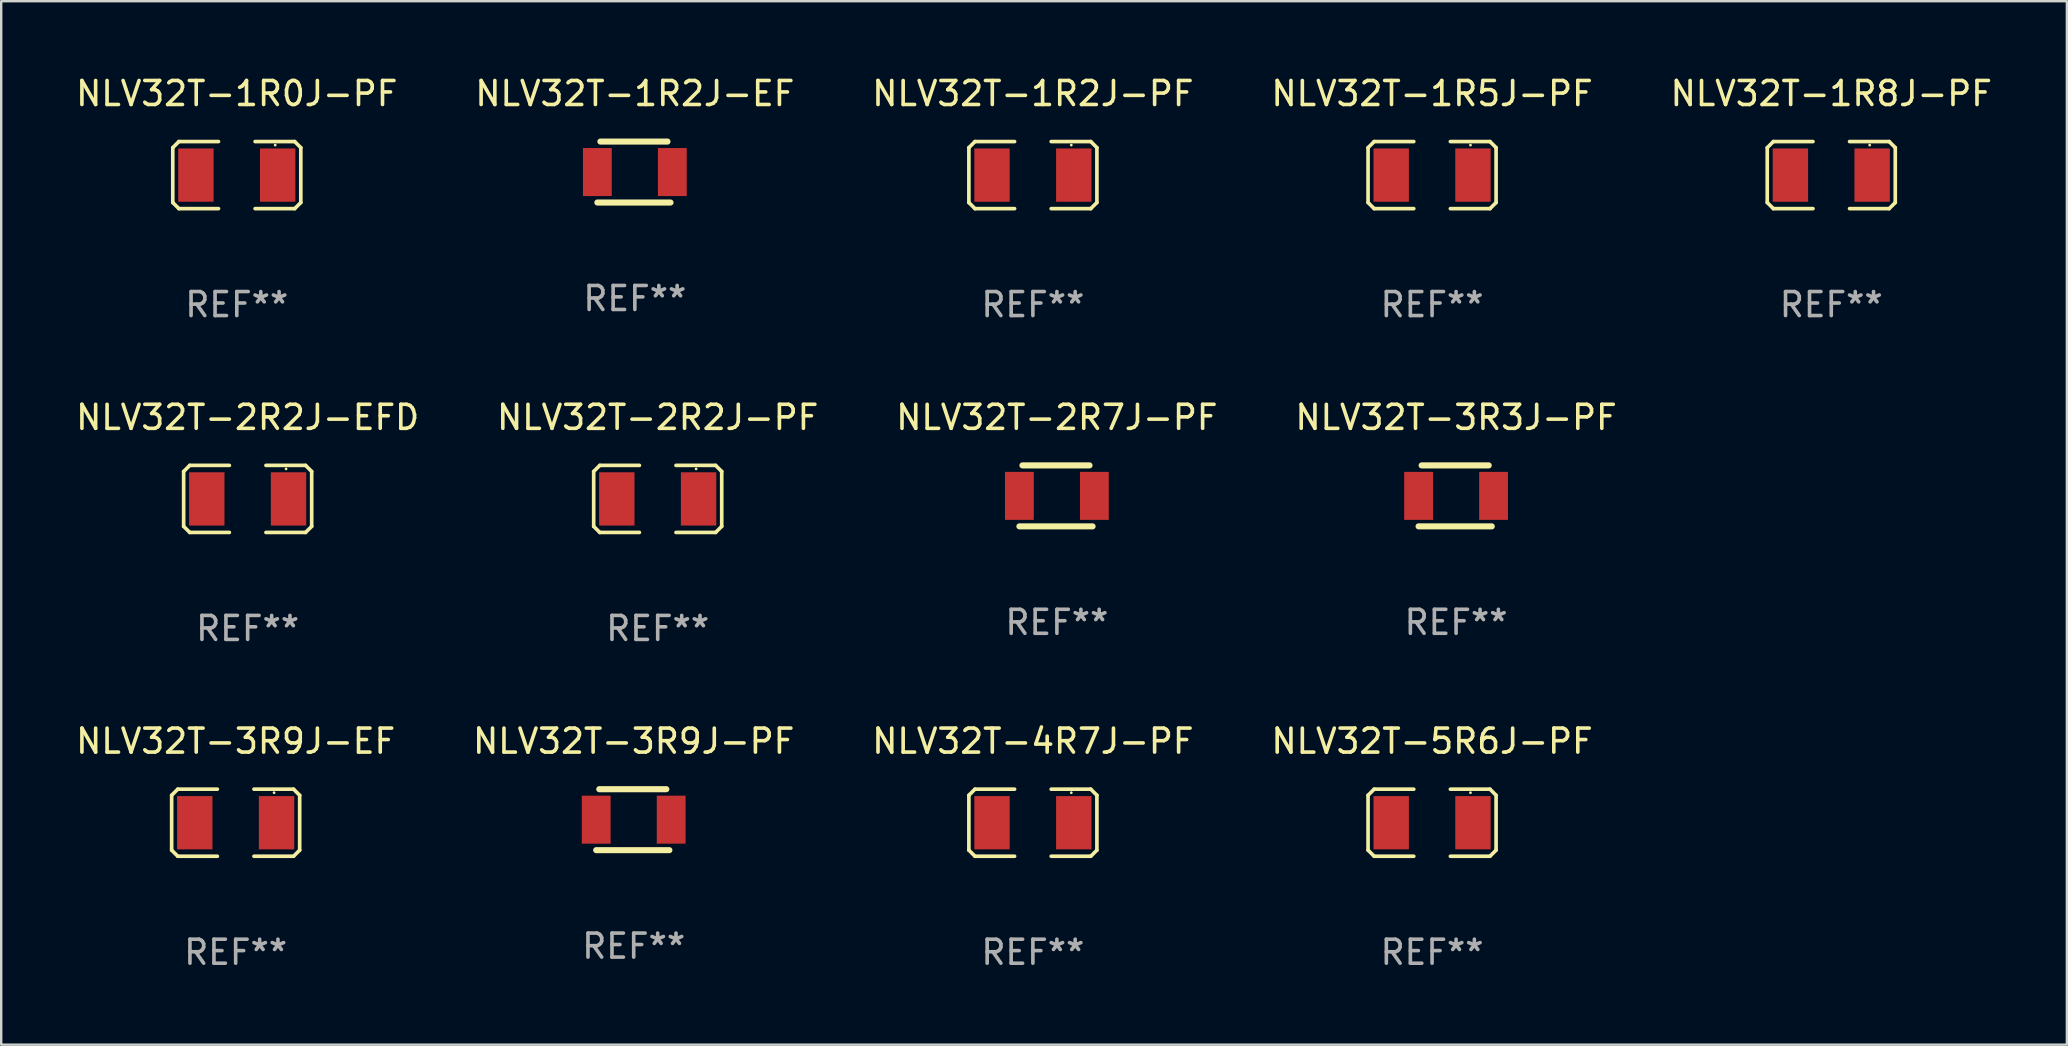
<source format=kicad_pcb>
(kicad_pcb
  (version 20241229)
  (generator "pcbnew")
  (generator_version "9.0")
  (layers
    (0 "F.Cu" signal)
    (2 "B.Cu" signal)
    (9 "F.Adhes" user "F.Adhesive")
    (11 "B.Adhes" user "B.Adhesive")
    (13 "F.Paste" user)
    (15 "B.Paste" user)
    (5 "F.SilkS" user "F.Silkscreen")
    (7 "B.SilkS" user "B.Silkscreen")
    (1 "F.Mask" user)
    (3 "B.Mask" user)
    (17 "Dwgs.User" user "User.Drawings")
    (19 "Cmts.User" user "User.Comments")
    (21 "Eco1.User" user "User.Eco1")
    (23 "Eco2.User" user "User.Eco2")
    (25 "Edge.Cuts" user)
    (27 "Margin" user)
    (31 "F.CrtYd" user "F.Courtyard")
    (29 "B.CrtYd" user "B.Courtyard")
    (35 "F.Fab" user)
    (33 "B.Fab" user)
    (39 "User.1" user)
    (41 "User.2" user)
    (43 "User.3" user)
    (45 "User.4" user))
  (footprint "NLV32T-3R9J-PF"
    (layer "F.Cu")
    (at 23.351 31.099)
    (property "Reference" "NLV32T-3R9J-PF" (at 0 -3.27 0) (layer "F.SilkS") (effects (font (size 1 1) (thickness 0.15))))
    (attr through_hole)
    (fp_line (start -1.562 1.27) (end 1.486 1.27) (stroke (width 0.254) (type solid)) (layer "F.SilkS"))
    (fp_line (start -1.435 -1.27) (end 1.359 -1.27) (stroke (width 0.254) (type solid)) (layer "F.SilkS"))
    (fp_circle (center -1.6 1.25) (end -1.57 1.25) (stroke (width 0.06) (type solid)) (fill no) (layer "F.SilkS"))
    (fp_text user "REF**" (at 0 5.27 0) (layer "F.Fab") (effects (font (size 1 1) (thickness 0.15))))
    (pad "1" smd rect (at -1.562 0 180) (size 1.2 2) (layers "F.Cu" "F.Mask" "F.Paste"))
    (pad "2" smd rect (at 1.562 0 180) (size 1.2 2) (layers "F.Cu" "F.Mask" "F.Paste")))
  (footprint "NLV32T-1R8J-PF"
    (layer "F.Cu")
    (at 73.244 4.245)
    (property "Reference" "NLV32T-1R8J-PF" (at 0 -3.397 0) (layer "F.SilkS") (effects (font (size 1 1) (thickness 0.15))))
    (attr through_hole)
    (fp_line (start -2.667 -1.143) (end -2.413 -1.397) (stroke (width 0.152) (type solid)) (layer "F.SilkS"))
    (fp_line (start -2.667 1.143) (end -2.667 -1.143) (stroke (width 0.152) (type solid)) (layer "F.SilkS"))
    (fp_line (start -2.413 -1.397) (end -0.762 -1.397) (stroke (width 0.152) (type solid)) (layer "F.SilkS"))
    (fp_line (start -2.413 1.397) (end -2.667 1.143) (stroke (width 0.152) (type solid)) (layer "F.SilkS"))
    (fp_line (start -0.762 1.397) (end -2.413 1.397) (stroke (width 0.152) (type solid)) (layer "F.SilkS"))
    (fp_line (start 0.762 -1.397) (end 2.413 -1.397) (stroke (width 0.152) (type solid)) (layer "F.SilkS"))
    (fp_line (start 2.413 -1.397) (end 2.667 -1.143) (stroke (width 0.152) (type solid)) (layer "F.SilkS"))
    (fp_line (start 2.413 1.397) (end 0.762 1.397) (stroke (width 0.152) (type solid)) (layer "F.SilkS"))
    (fp_line (start 2.667 -1.143) (end 2.667 1.143) (stroke (width 0.152) (type solid)) (layer "F.SilkS"))
    (fp_line (start 2.667 1.143) (end 2.413 1.397) (stroke (width 0.152) (type solid)) (layer "F.SilkS"))
    (fp_circle (center 1.6 -1.25) (end 1.63 -1.25) (stroke (width 0.06) (type solid)) (fill no) (layer "F.SilkS"))
    (fp_text user "REF**" (at 0 5.397 0) (layer "F.Fab") (effects (font (size 1 1) (thickness 0.15))))
    (pad "1" smd rect (at 1.703 0) (size 1.474 2.22) (layers "F.Cu" "F.Mask" "F.Paste"))
    (pad "2" smd rect (at -1.703 0) (size 1.474 2.22) (layers "F.Cu" "F.Mask" "F.Paste")))
  (footprint "NLV32T-1R2J-PF"
    (layer "F.Cu")
    (at 39.982 4.245)
    (property "Reference" "NLV32T-1R2J-PF" (at 0 -3.397 0) (layer "F.SilkS") (effects (font (size 1 1) (thickness 0.15))))
    (attr through_hole)
    (fp_line (start -2.667 -1.143) (end -2.413 -1.397) (stroke (width 0.152) (type solid)) (layer "F.SilkS"))
    (fp_line (start -2.667 1.143) (end -2.667 -1.143) (stroke (width 0.152) (type solid)) (layer "F.SilkS"))
    (fp_line (start -2.413 -1.397) (end -0.762 -1.397) (stroke (width 0.152) (type solid)) (layer "F.SilkS"))
    (fp_line (start -2.413 1.397) (end -2.667 1.143) (stroke (width 0.152) (type solid)) (layer "F.SilkS"))
    (fp_line (start -0.762 1.397) (end -2.413 1.397) (stroke (width 0.152) (type solid)) (layer "F.SilkS"))
    (fp_line (start 0.762 -1.397) (end 2.413 -1.397) (stroke (width 0.152) (type solid)) (layer "F.SilkS"))
    (fp_line (start 2.413 -1.397) (end 2.667 -1.143) (stroke (width 0.152) (type solid)) (layer "F.SilkS"))
    (fp_line (start 2.413 1.397) (end 0.762 1.397) (stroke (width 0.152) (type solid)) (layer "F.SilkS"))
    (fp_line (start 2.667 -1.143) (end 2.667 1.143) (stroke (width 0.152) (type solid)) (layer "F.SilkS"))
    (fp_line (start 2.667 1.143) (end 2.413 1.397) (stroke (width 0.152) (type solid)) (layer "F.SilkS"))
    (fp_circle (center 1.6 -1.25) (end 1.63 -1.25) (stroke (width 0.06) (type solid)) (fill no) (layer "F.SilkS"))
    (fp_text user "REF**" (at 0 5.397 0) (layer "F.Fab") (effects (font (size 1 1) (thickness 0.15))))
    (pad "1" smd rect (at 1.703 0) (size 1.474 2.22) (layers "F.Cu" "F.Mask" "F.Paste"))
    (pad "2" smd rect (at -1.703 0) (size 1.474 2.22) (layers "F.Cu" "F.Mask" "F.Paste")))
  (footprint "NLV32T-2R2J-EFD"
    (layer "F.Cu")
    (at 7.268 17.736)
    (property "Reference" "NLV32T-2R2J-EFD" (at 0 -3.397 0) (layer "F.SilkS") (effects (font (size 1 1) (thickness 0.15))))
    (attr through_hole)
    (fp_line (start -2.667 -1.143) (end -2.413 -1.397) (stroke (width 0.152) (type solid)) (layer "F.SilkS"))
    (fp_line (start -2.667 1.143) (end -2.667 -1.143) (stroke (width 0.152) (type solid)) (layer "F.SilkS"))
    (fp_line (start -2.413 -1.397) (end -0.762 -1.397) (stroke (width 0.152) (type solid)) (layer "F.SilkS"))
    (fp_line (start -2.413 1.397) (end -2.667 1.143) (stroke (width 0.152) (type solid)) (layer "F.SilkS"))
    (fp_line (start -0.762 1.397) (end -2.413 1.397) (stroke (width 0.152) (type solid)) (layer "F.SilkS"))
    (fp_line (start 0.762 -1.397) (end 2.413 -1.397) (stroke (width 0.152) (type solid)) (layer "F.SilkS"))
    (fp_line (start 2.413 -1.397) (end 2.667 -1.143) (stroke (width 0.152) (type solid)) (layer "F.SilkS"))
    (fp_line (start 2.413 1.397) (end 0.762 1.397) (stroke (width 0.152) (type solid)) (layer "F.SilkS"))
    (fp_line (start 2.667 -1.143) (end 2.667 1.143) (stroke (width 0.152) (type solid)) (layer "F.SilkS"))
    (fp_line (start 2.667 1.143) (end 2.413 1.397) (stroke (width 0.152) (type solid)) (layer "F.SilkS"))
    (fp_circle (center 1.6 -1.25) (end 1.63 -1.25) (stroke (width 0.06) (type solid)) (fill no) (layer "F.SilkS"))
    (fp_text user "REF**" (at 0 5.397 0) (layer "F.Fab") (effects (font (size 1 1) (thickness 0.15))))
    (pad "1" smd rect (at 1.703 0) (size 1.474 2.22) (layers "F.Cu" "F.Mask" "F.Paste"))
    (pad "2" smd rect (at -1.703 0) (size 1.474 2.22) (layers "F.Cu" "F.Mask" "F.Paste")))
  (footprint "NLV32T-4R7J-PF"
    (layer "F.Cu")
    (at 39.982 31.226)
    (property "Reference" "NLV32T-4R7J-PF" (at 0 -3.397 0) (layer "F.SilkS") (effects (font (size 1 1) (thickness 0.15))))
    (attr through_hole)
    (fp_line (start -2.667 -1.143) (end -2.413 -1.397) (stroke (width 0.152) (type solid)) (layer "F.SilkS"))
    (fp_line (start -2.667 1.143) (end -2.667 -1.143) (stroke (width 0.152) (type solid)) (layer "F.SilkS"))
    (fp_line (start -2.413 -1.397) (end -0.762 -1.397) (stroke (width 0.152) (type solid)) (layer "F.SilkS"))
    (fp_line (start -2.413 1.397) (end -2.667 1.143) (stroke (width 0.152) (type solid)) (layer "F.SilkS"))
    (fp_line (start -0.762 1.397) (end -2.413 1.397) (stroke (width 0.152) (type solid)) (layer "F.SilkS"))
    (fp_line (start 0.762 -1.397) (end 2.413 -1.397) (stroke (width 0.152) (type solid)) (layer "F.SilkS"))
    (fp_line (start 2.413 -1.397) (end 2.667 -1.143) (stroke (width 0.152) (type solid)) (layer "F.SilkS"))
    (fp_line (start 2.413 1.397) (end 0.762 1.397) (stroke (width 0.152) (type solid)) (layer "F.SilkS"))
    (fp_line (start 2.667 -1.143) (end 2.667 1.143) (stroke (width 0.152) (type solid)) (layer "F.SilkS"))
    (fp_line (start 2.667 1.143) (end 2.413 1.397) (stroke (width 0.152) (type solid)) (layer "F.SilkS"))
    (fp_circle (center 1.6 -1.25) (end 1.63 -1.25) (stroke (width 0.06) (type solid)) (fill no) (layer "F.SilkS"))
    (fp_text user "REF**" (at 0 5.397 0) (layer "F.Fab") (effects (font (size 1 1) (thickness 0.15))))
    (pad "1" smd rect (at 1.703 0) (size 1.474 2.22) (layers "F.Cu" "F.Mask" "F.Paste"))
    (pad "2" smd rect (at -1.703 0) (size 1.474 2.22) (layers "F.Cu" "F.Mask" "F.Paste")))
  (footprint "NLV32T-2R2J-PF"
    (layer "F.Cu")
    (at 24.351 17.736)
    (property "Reference" "NLV32T-2R2J-PF" (at 0 -3.397 0) (layer "F.SilkS") (effects (font (size 1 1) (thickness 0.15))))
    (attr through_hole)
    (fp_line (start -2.667 -1.143) (end -2.413 -1.397) (stroke (width 0.152) (type solid)) (layer "F.SilkS"))
    (fp_line (start -2.667 1.143) (end -2.667 -1.143) (stroke (width 0.152) (type solid)) (layer "F.SilkS"))
    (fp_line (start -2.413 -1.397) (end -0.762 -1.397) (stroke (width 0.152) (type solid)) (layer "F.SilkS"))
    (fp_line (start -2.413 1.397) (end -2.667 1.143) (stroke (width 0.152) (type solid)) (layer "F.SilkS"))
    (fp_line (start -0.762 1.397) (end -2.413 1.397) (stroke (width 0.152) (type solid)) (layer "F.SilkS"))
    (fp_line (start 0.762 -1.397) (end 2.413 -1.397) (stroke (width 0.152) (type solid)) (layer "F.SilkS"))
    (fp_line (start 2.413 -1.397) (end 2.667 -1.143) (stroke (width 0.152) (type solid)) (layer "F.SilkS"))
    (fp_line (start 2.413 1.397) (end 0.762 1.397) (stroke (width 0.152) (type solid)) (layer "F.SilkS"))
    (fp_line (start 2.667 -1.143) (end 2.667 1.143) (stroke (width 0.152) (type solid)) (layer "F.SilkS"))
    (fp_line (start 2.667 1.143) (end 2.413 1.397) (stroke (width 0.152) (type solid)) (layer "F.SilkS"))
    (fp_circle (center 1.6 -1.25) (end 1.63 -1.25) (stroke (width 0.06) (type solid)) (fill no) (layer "F.SilkS"))
    (fp_text user "REF**" (at 0 5.397 0) (layer "F.Fab") (effects (font (size 1 1) (thickness 0.15))))
    (pad "1" smd rect (at 1.703 0) (size 1.474 2.22) (layers "F.Cu" "F.Mask" "F.Paste"))
    (pad "2" smd rect (at -1.703 0) (size 1.474 2.22) (layers "F.Cu" "F.Mask" "F.Paste")))
  (footprint "NLV32T-5R6J-PF"
    (layer "F.Cu")
    (at 56.613 31.226)
    (property "Reference" "NLV32T-5R6J-PF" (at 0 -3.397 0) (layer "F.SilkS") (effects (font (size 1 1) (thickness 0.15))))
    (attr through_hole)
    (fp_line (start -2.667 -1.143) (end -2.413 -1.397) (stroke (width 0.152) (type solid)) (layer "F.SilkS"))
    (fp_line (start -2.667 1.143) (end -2.667 -1.143) (stroke (width 0.152) (type solid)) (layer "F.SilkS"))
    (fp_line (start -2.413 -1.397) (end -0.762 -1.397) (stroke (width 0.152) (type solid)) (layer "F.SilkS"))
    (fp_line (start -2.413 1.397) (end -2.667 1.143) (stroke (width 0.152) (type solid)) (layer "F.SilkS"))
    (fp_line (start -0.762 1.397) (end -2.413 1.397) (stroke (width 0.152) (type solid)) (layer "F.SilkS"))
    (fp_line (start 0.762 -1.397) (end 2.413 -1.397) (stroke (width 0.152) (type solid)) (layer "F.SilkS"))
    (fp_line (start 2.413 -1.397) (end 2.667 -1.143) (stroke (width 0.152) (type solid)) (layer "F.SilkS"))
    (fp_line (start 2.413 1.397) (end 0.762 1.397) (stroke (width 0.152) (type solid)) (layer "F.SilkS"))
    (fp_line (start 2.667 -1.143) (end 2.667 1.143) (stroke (width 0.152) (type solid)) (layer "F.SilkS"))
    (fp_line (start 2.667 1.143) (end 2.413 1.397) (stroke (width 0.152) (type solid)) (layer "F.SilkS"))
    (fp_circle (center 1.6 -1.25) (end 1.63 -1.25) (stroke (width 0.06) (type solid)) (fill no) (layer "F.SilkS"))
    (fp_text user "REF**" (at 0 5.397 0) (layer "F.Fab") (effects (font (size 1 1) (thickness 0.15))))
    (pad "1" smd rect (at 1.703 0) (size 1.474 2.22) (layers "F.Cu" "F.Mask" "F.Paste"))
    (pad "2" smd rect (at -1.703 0) (size 1.474 2.22) (layers "F.Cu" "F.Mask" "F.Paste")))
  (footprint "NLV32T-1R0J-PF"
    (layer "F.Cu")
    (at 6.815 4.245)
    (property "Reference" "NLV32T-1R0J-PF" (at 0 -3.397 0) (layer "F.SilkS") (effects (font (size 1 1) (thickness 0.15))))
    (attr through_hole)
    (fp_line (start -2.667 -1.143) (end -2.413 -1.397) (stroke (width 0.152) (type solid)) (layer "F.SilkS"))
    (fp_line (start -2.667 1.143) (end -2.667 -1.143) (stroke (width 0.152) (type solid)) (layer "F.SilkS"))
    (fp_line (start -2.413 -1.397) (end -0.762 -1.397) (stroke (width 0.152) (type solid)) (layer "F.SilkS"))
    (fp_line (start -2.413 1.397) (end -2.667 1.143) (stroke (width 0.152) (type solid)) (layer "F.SilkS"))
    (fp_line (start -0.762 1.397) (end -2.413 1.397) (stroke (width 0.152) (type solid)) (layer "F.SilkS"))
    (fp_line (start 0.762 -1.397) (end 2.413 -1.397) (stroke (width 0.152) (type solid)) (layer "F.SilkS"))
    (fp_line (start 2.413 -1.397) (end 2.667 -1.143) (stroke (width 0.152) (type solid)) (layer "F.SilkS"))
    (fp_line (start 2.413 1.397) (end 0.762 1.397) (stroke (width 0.152) (type solid)) (layer "F.SilkS"))
    (fp_line (start 2.667 -1.143) (end 2.667 1.143) (stroke (width 0.152) (type solid)) (layer "F.SilkS"))
    (fp_line (start 2.667 1.143) (end 2.413 1.397) (stroke (width 0.152) (type solid)) (layer "F.SilkS"))
    (fp_circle (center 1.6 -1.25) (end 1.63 -1.25) (stroke (width 0.06) (type solid)) (fill no) (layer "F.SilkS"))
    (fp_text user "REF**" (at 0 5.397 0) (layer "F.Fab") (effects (font (size 1 1) (thickness 0.15))))
    (pad "1" smd rect (at 1.703 0) (size 1.474 2.22) (layers "F.Cu" "F.Mask" "F.Paste"))
    (pad "2" smd rect (at -1.703 0) (size 1.474 2.22) (layers "F.Cu" "F.Mask" "F.Paste")))
  (footprint "NLV32T-1R2J-EF"
    (layer "F.Cu")
    (at 23.399 4.118)
    (property "Reference" "NLV32T-1R2J-EF" (at 0 -3.27 0) (layer "F.SilkS") (effects (font (size 1 1) (thickness 0.15))))
    (attr through_hole)
    (fp_line (start -1.562 1.27) (end 1.486 1.27) (stroke (width 0.254) (type solid)) (layer "F.SilkS"))
    (fp_line (start -1.435 -1.27) (end 1.359 -1.27) (stroke (width 0.254) (type solid)) (layer "F.SilkS"))
    (fp_circle (center -1.6 1.25) (end -1.57 1.25) (stroke (width 0.06) (type solid)) (fill no) (layer "F.SilkS"))
    (fp_text user "REF**" (at 0 5.27 0) (layer "F.Fab") (effects (font (size 1 1) (thickness 0.15))))
    (pad "1" smd rect (at -1.562 0 180) (size 1.2 2) (layers "F.Cu" "F.Mask" "F.Paste"))
    (pad "2" smd rect (at 1.562 0 180) (size 1.2 2) (layers "F.Cu" "F.Mask" "F.Paste")))
  (footprint "NLV32T-2R7J-PF"
    (layer "F.Cu")
    (at 40.982 17.609)
    (property "Reference" "NLV32T-2R7J-PF" (at 0 -3.27 0) (layer "F.SilkS") (effects (font (size 1 1) (thickness 0.15))))
    (attr through_hole)
    (fp_line (start -1.562 1.27) (end 1.486 1.27) (stroke (width 0.254) (type solid)) (layer "F.SilkS"))
    (fp_line (start -1.435 -1.27) (end 1.359 -1.27) (stroke (width 0.254) (type solid)) (layer "F.SilkS"))
    (fp_circle (center -1.6 1.25) (end -1.57 1.25) (stroke (width 0.06) (type solid)) (fill no) (layer "F.SilkS"))
    (fp_text user "REF**" (at 0 5.27 0) (layer "F.Fab") (effects (font (size 1 1) (thickness 0.15))))
    (pad "1" smd rect (at -1.562 0 180) (size 1.2 2) (layers "F.Cu" "F.Mask" "F.Paste"))
    (pad "2" smd rect (at 1.562 0 180) (size 1.2 2) (layers "F.Cu" "F.Mask" "F.Paste")))
  (footprint "NLV32T-1R5J-PF"
    (layer "F.Cu")
    (at 56.613 4.245)
    (property "Reference" "NLV32T-1R5J-PF" (at 0 -3.397 0) (layer "F.SilkS") (effects (font (size 1 1) (thickness 0.15))))
    (attr through_hole)
    (fp_line (start -2.667 -1.143) (end -2.413 -1.397) (stroke (width 0.152) (type solid)) (layer "F.SilkS"))
    (fp_line (start -2.667 1.143) (end -2.667 -1.143) (stroke (width 0.152) (type solid)) (layer "F.SilkS"))
    (fp_line (start -2.413 -1.397) (end -0.762 -1.397) (stroke (width 0.152) (type solid)) (layer "F.SilkS"))
    (fp_line (start -2.413 1.397) (end -2.667 1.143) (stroke (width 0.152) (type solid)) (layer "F.SilkS"))
    (fp_line (start -0.762 1.397) (end -2.413 1.397) (stroke (width 0.152) (type solid)) (layer "F.SilkS"))
    (fp_line (start 0.762 -1.397) (end 2.413 -1.397) (stroke (width 0.152) (type solid)) (layer "F.SilkS"))
    (fp_line (start 2.413 -1.397) (end 2.667 -1.143) (stroke (width 0.152) (type solid)) (layer "F.SilkS"))
    (fp_line (start 2.413 1.397) (end 0.762 1.397) (stroke (width 0.152) (type solid)) (layer "F.SilkS"))
    (fp_line (start 2.667 -1.143) (end 2.667 1.143) (stroke (width 0.152) (type solid)) (layer "F.SilkS"))
    (fp_line (start 2.667 1.143) (end 2.413 1.397) (stroke (width 0.152) (type solid)) (layer "F.SilkS"))
    (fp_circle (center 1.6 -1.25) (end 1.63 -1.25) (stroke (width 0.06) (type solid)) (fill no) (layer "F.SilkS"))
    (fp_text user "REF**" (at 0 5.397 0) (layer "F.Fab") (effects (font (size 1 1) (thickness 0.15))))
    (pad "1" smd rect (at 1.703 0) (size 1.474 2.22) (layers "F.Cu" "F.Mask" "F.Paste"))
    (pad "2" smd rect (at -1.703 0) (size 1.474 2.22) (layers "F.Cu" "F.Mask" "F.Paste")))
  (footprint "NLV32T-3R3J-PF"
    (layer "F.Cu")
    (at 57.613 17.609)
    (property "Reference" "NLV32T-3R3J-PF" (at 0 -3.27 0) (layer "F.SilkS") (effects (font (size 1 1) (thickness 0.15))))
    (attr through_hole)
    (fp_line (start -1.562 1.27) (end 1.486 1.27) (stroke (width 0.254) (type solid)) (layer "F.SilkS"))
    (fp_line (start -1.435 -1.27) (end 1.359 -1.27) (stroke (width 0.254) (type solid)) (layer "F.SilkS"))
    (fp_circle (center -1.6 1.25) (end -1.57 1.25) (stroke (width 0.06) (type solid)) (fill no) (layer "F.SilkS"))
    (fp_text user "REF**" (at 0 5.27 0) (layer "F.Fab") (effects (font (size 1 1) (thickness 0.15))))
    (pad "1" smd rect (at -1.562 0 180) (size 1.2 2) (layers "F.Cu" "F.Mask" "F.Paste"))
    (pad "2" smd rect (at 1.562 0 180) (size 1.2 2) (layers "F.Cu" "F.Mask" "F.Paste")))
  (footprint "NLV32T-3R9J-EF"
    (layer "F.Cu")
    (at 6.768 31.226)
    (property "Reference" "NLV32T-3R9J-EF" (at 0 -3.397 0) (layer "F.SilkS") (effects (font (size 1 1) (thickness 0.15))))
    (attr through_hole)
    (fp_line (start -2.667 -1.143) (end -2.413 -1.397) (stroke (width 0.152) (type solid)) (layer "F.SilkS"))
    (fp_line (start -2.667 1.143) (end -2.667 -1.143) (stroke (width 0.152) (type solid)) (layer "F.SilkS"))
    (fp_line (start -2.413 -1.397) (end -0.762 -1.397) (stroke (width 0.152) (type solid)) (layer "F.SilkS"))
    (fp_line (start -2.413 1.397) (end -2.667 1.143) (stroke (width 0.152) (type solid)) (layer "F.SilkS"))
    (fp_line (start -0.762 1.397) (end -2.413 1.397) (stroke (width 0.152) (type solid)) (layer "F.SilkS"))
    (fp_line (start 0.762 -1.397) (end 2.413 -1.397) (stroke (width 0.152) (type solid)) (layer "F.SilkS"))
    (fp_line (start 2.413 -1.397) (end 2.667 -1.143) (stroke (width 0.152) (type solid)) (layer "F.SilkS"))
    (fp_line (start 2.413 1.397) (end 0.762 1.397) (stroke (width 0.152) (type solid)) (layer "F.SilkS"))
    (fp_line (start 2.667 -1.143) (end 2.667 1.143) (stroke (width 0.152) (type solid)) (layer "F.SilkS"))
    (fp_line (start 2.667 1.143) (end 2.413 1.397) (stroke (width 0.152) (type solid)) (layer "F.SilkS"))
    (fp_circle (center 1.6 -1.25) (end 1.63 -1.25) (stroke (width 0.06) (type solid)) (fill no) (layer "F.SilkS"))
    (fp_text user "REF**" (at 0 5.397 0) (layer "F.Fab") (effects (font (size 1 1) (thickness 0.15))))
    (pad "1" smd rect (at 1.703 0) (size 1.474 2.22) (layers "F.Cu" "F.Mask" "F.Paste"))
    (pad "2" smd rect (at -1.703 0) (size 1.474 2.22) (layers "F.Cu" "F.Mask" "F.Paste")))
  (gr_rect
    (start -3 -3)
    (end 83.06 40.472)
    (stroke (width 0.1) (type default))
    (fill no)
    (layer "Edge.Cuts")))
</source>
